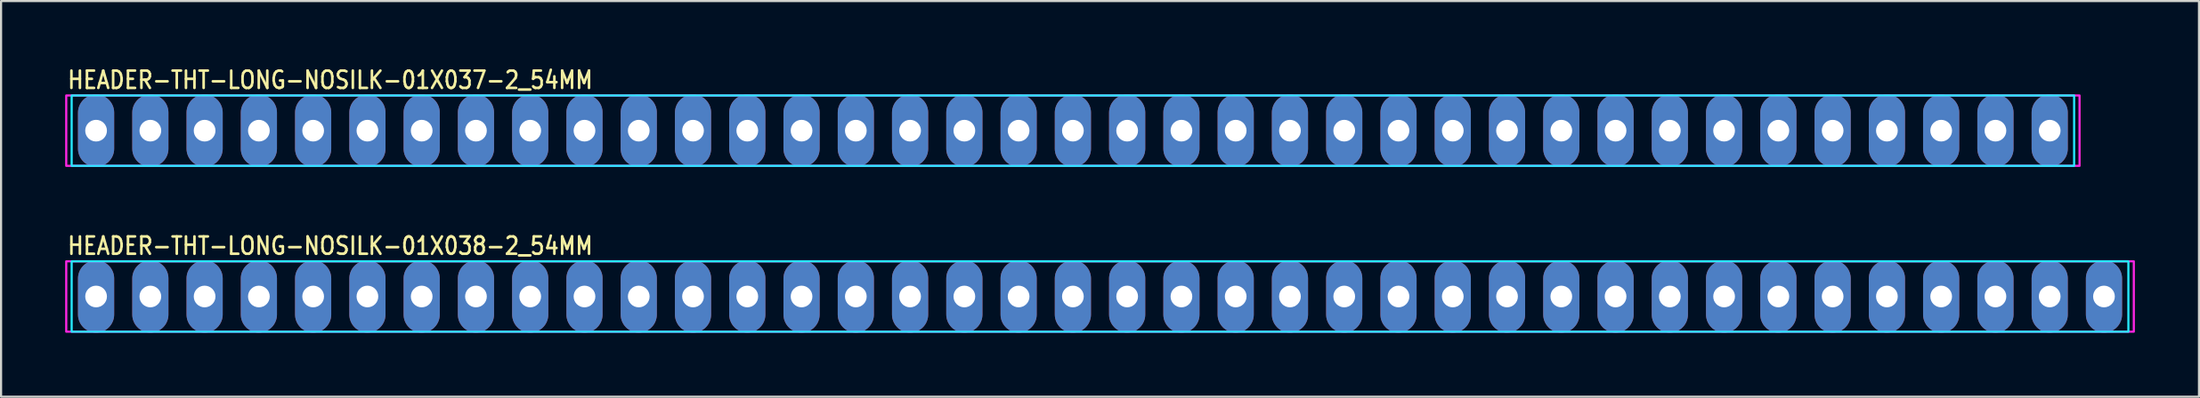
<source format=kicad_pcb>
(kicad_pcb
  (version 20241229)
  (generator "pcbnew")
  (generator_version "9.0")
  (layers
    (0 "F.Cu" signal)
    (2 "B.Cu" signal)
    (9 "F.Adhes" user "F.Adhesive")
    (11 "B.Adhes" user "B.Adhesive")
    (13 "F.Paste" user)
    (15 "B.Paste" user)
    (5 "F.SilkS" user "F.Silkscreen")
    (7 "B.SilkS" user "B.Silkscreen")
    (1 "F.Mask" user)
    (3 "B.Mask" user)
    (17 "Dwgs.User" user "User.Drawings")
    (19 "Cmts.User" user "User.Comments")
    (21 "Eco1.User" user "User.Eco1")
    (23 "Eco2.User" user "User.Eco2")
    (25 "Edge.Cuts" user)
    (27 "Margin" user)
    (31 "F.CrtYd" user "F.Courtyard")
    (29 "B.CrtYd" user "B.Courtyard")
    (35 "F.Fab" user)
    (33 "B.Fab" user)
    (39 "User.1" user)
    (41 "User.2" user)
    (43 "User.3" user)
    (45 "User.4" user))
  (footprint "HEADER-THT-LONG-NOSILK-01X037-2_54MM"
    (layer "F.Cu")
    (at 1.447 3.079)
    (property "Reference" "HEADER-THT-LONG-NOSILK-01X037-2_54MM" (at -1.4 -1.9 0) (unlocked yes) (layer "F.SilkS") (effects (font (size 0.813 0.695) (thickness 0.122)) (justify left bottom)))
    (fp_poly (pts (xy -1.143 -1.651) (xy 92.583 -1.651) (xy 92.583 1.651) (xy -1.143 1.651)) (stroke (width 0.1) (type solid)) (fill no) (layer "B.CrtYd"))
    (fp_poly (pts (xy -1.397 -1.651) (xy 92.837 -1.651) (xy 92.837 1.651) (xy -1.397 1.651)) (stroke (width 0.1) (type solid)) (fill no) (layer "F.CrtYd"))
    (pad "P$1" thru_hole oval (at 0 0 90) (size 3.387 1.693) (drill 1.016) (layers "*.Cu" "*.Mask"))
    (pad "P$2" thru_hole oval (at 2.54 0 90) (size 3.387 1.693) (drill 1.016) (layers "*.Cu" "*.Mask"))
    (pad "P$3" thru_hole oval (at 5.08 0 90) (size 3.387 1.693) (drill 1.016) (layers "*.Cu" "*.Mask"))
    (pad "P$4" thru_hole oval (at 7.62 0 90) (size 3.387 1.693) (drill 1.016) (layers "*.Cu" "*.Mask"))
    (pad "P$5" thru_hole oval (at 10.16 0 90) (size 3.387 1.693) (drill 1.016) (layers "*.Cu" "*.Mask"))
    (pad "P$6" thru_hole oval (at 12.7 0 90) (size 3.387 1.693) (drill 1.016) (layers "*.Cu" "*.Mask"))
    (pad "P$7" thru_hole oval (at 15.24 0 90) (size 3.387 1.693) (drill 1.016) (layers "*.Cu" "*.Mask"))
    (pad "P$8" thru_hole oval (at 17.78 0 90) (size 3.387 1.693) (drill 1.016) (layers "*.Cu" "*.Mask"))
    (pad "P$9" thru_hole oval (at 20.32 0 90) (size 3.387 1.693) (drill 1.016) (layers "*.Cu" "*.Mask"))
    (pad "P$10" thru_hole oval (at 22.86 0 90) (size 3.387 1.693) (drill 1.016) (layers "*.Cu" "*.Mask"))
    (pad "P$11" thru_hole oval (at 25.4 0 90) (size 3.387 1.693) (drill 1.016) (layers "*.Cu" "*.Mask"))
    (pad "P$12" thru_hole oval (at 27.94 0 90) (size 3.387 1.693) (drill 1.016) (layers "*.Cu" "*.Mask"))
    (pad "P$13" thru_hole oval (at 30.48 0 90) (size 3.387 1.693) (drill 1.016) (layers "*.Cu" "*.Mask"))
    (pad "P$14" thru_hole oval (at 33.02 0 90) (size 3.387 1.693) (drill 1.016) (layers "*.Cu" "*.Mask"))
    (pad "P$15" thru_hole oval (at 35.56 0 90) (size 3.387 1.693) (drill 1.016) (layers "*.Cu" "*.Mask"))
    (pad "P$16" thru_hole oval (at 38.1 0 90) (size 3.387 1.693) (drill 1.016) (layers "*.Cu" "*.Mask"))
    (pad "P$17" thru_hole oval (at 40.64 0 90) (size 3.387 1.693) (drill 1.016) (layers "*.Cu" "*.Mask"))
    (pad "P$18" thru_hole oval (at 43.18 0 90) (size 3.387 1.693) (drill 1.016) (layers "*.Cu" "*.Mask"))
    (pad "P$19" thru_hole oval (at 45.72 0 90) (size 3.387 1.693) (drill 1.016) (layers "*.Cu" "*.Mask"))
    (pad "P$20" thru_hole oval (at 48.26 0 90) (size 3.387 1.693) (drill 1.016) (layers "*.Cu" "*.Mask"))
    (pad "P$21" thru_hole oval (at 50.8 0 90) (size 3.387 1.693) (drill 1.016) (layers "*.Cu" "*.Mask"))
    (pad "P$22" thru_hole oval (at 53.34 0 90) (size 3.387 1.693) (drill 1.016) (layers "*.Cu" "*.Mask"))
    (pad "P$23" thru_hole oval (at 55.88 0 90) (size 3.387 1.693) (drill 1.016) (layers "*.Cu" "*.Mask"))
    (pad "P$24" thru_hole oval (at 58.42 0 90) (size 3.387 1.693) (drill 1.016) (layers "*.Cu" "*.Mask"))
    (pad "P$25" thru_hole oval (at 60.96 0 90) (size 3.387 1.693) (drill 1.016) (layers "*.Cu" "*.Mask"))
    (pad "P$26" thru_hole oval (at 63.5 0 90) (size 3.387 1.693) (drill 1.016) (layers "*.Cu" "*.Mask"))
    (pad "P$27" thru_hole oval (at 66.04 0 90) (size 3.387 1.693) (drill 1.016) (layers "*.Cu" "*.Mask"))
    (pad "P$28" thru_hole oval (at 68.58 0 90) (size 3.387 1.693) (drill 1.016) (layers "*.Cu" "*.Mask"))
    (pad "P$29" thru_hole oval (at 71.12 0 90) (size 3.387 1.693) (drill 1.016) (layers "*.Cu" "*.Mask"))
    (pad "P$30" thru_hole oval (at 73.66 0 90) (size 3.387 1.693) (drill 1.016) (layers "*.Cu" "*.Mask"))
    (pad "P$31" thru_hole oval (at 76.2 0 90) (size 3.387 1.693) (drill 1.016) (layers "*.Cu" "*.Mask"))
    (pad "P$32" thru_hole oval (at 78.74 0 90) (size 3.387 1.693) (drill 1.016) (layers "*.Cu" "*.Mask"))
    (pad "P$33" thru_hole oval (at 81.28 0 90) (size 3.387 1.693) (drill 1.016) (layers "*.Cu" "*.Mask"))
    (pad "P$34" thru_hole oval (at 83.82 0 90) (size 3.387 1.693) (drill 1.016) (layers "*.Cu" "*.Mask"))
    (pad "P$35" thru_hole oval (at 86.36 0 90) (size 3.387 1.693) (drill 1.016) (layers "*.Cu" "*.Mask"))
    (pad "P$36" thru_hole oval (at 88.9 0 90) (size 3.387 1.693) (drill 1.016) (layers "*.Cu" "*.Mask"))
    (pad "P$37" thru_hole oval (at 91.44 0 90) (size 3.387 1.693) (drill 1.016) (layers "*.Cu" "*.Mask")))
  (footprint "HEADER-THT-LONG-NOSILK-01X038-2_54MM"
    (layer "F.Cu")
    (at 1.447 10.858)
    (property "Reference" "HEADER-THT-LONG-NOSILK-01X038-2_54MM" (at -1.4 -1.9 0) (unlocked yes) (layer "F.SilkS") (effects (font (size 0.813 0.695) (thickness 0.122)) (justify left bottom)))
    (fp_poly (pts (xy -1.143 -1.651) (xy 95.123 -1.651) (xy 95.123 1.651) (xy -1.143 1.651)) (stroke (width 0.1) (type solid)) (fill no) (layer "B.CrtYd"))
    (fp_poly (pts (xy -1.397 -1.651) (xy 95.377 -1.651) (xy 95.377 1.651) (xy -1.397 1.651)) (stroke (width 0.1) (type solid)) (fill no) (layer "F.CrtYd"))
    (pad "P$1" thru_hole oval (at 0 0 90) (size 3.387 1.693) (drill 1.016) (layers "*.Cu" "*.Mask"))
    (pad "P$2" thru_hole oval (at 2.54 0 90) (size 3.387 1.693) (drill 1.016) (layers "*.Cu" "*.Mask"))
    (pad "P$3" thru_hole oval (at 5.08 0 90) (size 3.387 1.693) (drill 1.016) (layers "*.Cu" "*.Mask"))
    (pad "P$4" thru_hole oval (at 7.62 0 90) (size 3.387 1.693) (drill 1.016) (layers "*.Cu" "*.Mask"))
    (pad "P$5" thru_hole oval (at 10.16 0 90) (size 3.387 1.693) (drill 1.016) (layers "*.Cu" "*.Mask"))
    (pad "P$6" thru_hole oval (at 12.7 0 90) (size 3.387 1.693) (drill 1.016) (layers "*.Cu" "*.Mask"))
    (pad "P$7" thru_hole oval (at 15.24 0 90) (size 3.387 1.693) (drill 1.016) (layers "*.Cu" "*.Mask"))
    (pad "P$8" thru_hole oval (at 17.78 0 90) (size 3.387 1.693) (drill 1.016) (layers "*.Cu" "*.Mask"))
    (pad "P$9" thru_hole oval (at 20.32 0 90) (size 3.387 1.693) (drill 1.016) (layers "*.Cu" "*.Mask"))
    (pad "P$10" thru_hole oval (at 22.86 0 90) (size 3.387 1.693) (drill 1.016) (layers "*.Cu" "*.Mask"))
    (pad "P$11" thru_hole oval (at 25.4 0 90) (size 3.387 1.693) (drill 1.016) (layers "*.Cu" "*.Mask"))
    (pad "P$12" thru_hole oval (at 27.94 0 90) (size 3.387 1.693) (drill 1.016) (layers "*.Cu" "*.Mask"))
    (pad "P$13" thru_hole oval (at 30.48 0 90) (size 3.387 1.693) (drill 1.016) (layers "*.Cu" "*.Mask"))
    (pad "P$14" thru_hole oval (at 33.02 0 90) (size 3.387 1.693) (drill 1.016) (layers "*.Cu" "*.Mask"))
    (pad "P$15" thru_hole oval (at 35.56 0 90) (size 3.387 1.693) (drill 1.016) (layers "*.Cu" "*.Mask"))
    (pad "P$16" thru_hole oval (at 38.1 0 90) (size 3.387 1.693) (drill 1.016) (layers "*.Cu" "*.Mask"))
    (pad "P$17" thru_hole oval (at 40.64 0 90) (size 3.387 1.693) (drill 1.016) (layers "*.Cu" "*.Mask"))
    (pad "P$18" thru_hole oval (at 43.18 0 90) (size 3.387 1.693) (drill 1.016) (layers "*.Cu" "*.Mask"))
    (pad "P$19" thru_hole oval (at 45.72 0 90) (size 3.387 1.693) (drill 1.016) (layers "*.Cu" "*.Mask"))
    (pad "P$20" thru_hole oval (at 48.26 0 90) (size 3.387 1.693) (drill 1.016) (layers "*.Cu" "*.Mask"))
    (pad "P$21" thru_hole oval (at 50.8 0 90) (size 3.387 1.693) (drill 1.016) (layers "*.Cu" "*.Mask"))
    (pad "P$22" thru_hole oval (at 53.34 0 90) (size 3.387 1.693) (drill 1.016) (layers "*.Cu" "*.Mask"))
    (pad "P$23" thru_hole oval (at 55.88 0 90) (size 3.387 1.693) (drill 1.016) (layers "*.Cu" "*.Mask"))
    (pad "P$24" thru_hole oval (at 58.42 0 90) (size 3.387 1.693) (drill 1.016) (layers "*.Cu" "*.Mask"))
    (pad "P$25" thru_hole oval (at 60.96 0 90) (size 3.387 1.693) (drill 1.016) (layers "*.Cu" "*.Mask"))
    (pad "P$26" thru_hole oval (at 63.5 0 90) (size 3.387 1.693) (drill 1.016) (layers "*.Cu" "*.Mask"))
    (pad "P$27" thru_hole oval (at 66.04 0 90) (size 3.387 1.693) (drill 1.016) (layers "*.Cu" "*.Mask"))
    (pad "P$28" thru_hole oval (at 68.58 0 90) (size 3.387 1.693) (drill 1.016) (layers "*.Cu" "*.Mask"))
    (pad "P$29" thru_hole oval (at 71.12 0 90) (size 3.387 1.693) (drill 1.016) (layers "*.Cu" "*.Mask"))
    (pad "P$30" thru_hole oval (at 73.66 0 90) (size 3.387 1.693) (drill 1.016) (layers "*.Cu" "*.Mask"))
    (pad "P$31" thru_hole oval (at 76.2 0 90) (size 3.387 1.693) (drill 1.016) (layers "*.Cu" "*.Mask"))
    (pad "P$32" thru_hole oval (at 78.74 0 90) (size 3.387 1.693) (drill 1.016) (layers "*.Cu" "*.Mask"))
    (pad "P$33" thru_hole oval (at 81.28 0 90) (size 3.387 1.693) (drill 1.016) (layers "*.Cu" "*.Mask"))
    (pad "P$34" thru_hole oval (at 83.82 0 90) (size 3.387 1.693) (drill 1.016) (layers "*.Cu" "*.Mask"))
    (pad "P$35" thru_hole oval (at 86.36 0 90) (size 3.387 1.693) (drill 1.016) (layers "*.Cu" "*.Mask"))
    (pad "P$36" thru_hole oval (at 88.9 0 90) (size 3.387 1.693) (drill 1.016) (layers "*.Cu" "*.Mask"))
    (pad "P$37" thru_hole oval (at 91.44 0 90) (size 3.387 1.693) (drill 1.016) (layers "*.Cu" "*.Mask"))
    (pad "P$38" thru_hole oval (at 93.98 0 90) (size 3.387 1.693) (drill 1.016) (layers "*.Cu" "*.Mask")))
  (gr_rect
    (start -3 -3)
    (end 99.874 15.559)
    (stroke (width 0.1) (type default))
    (fill no)
    (layer "Edge.Cuts")))
</source>
